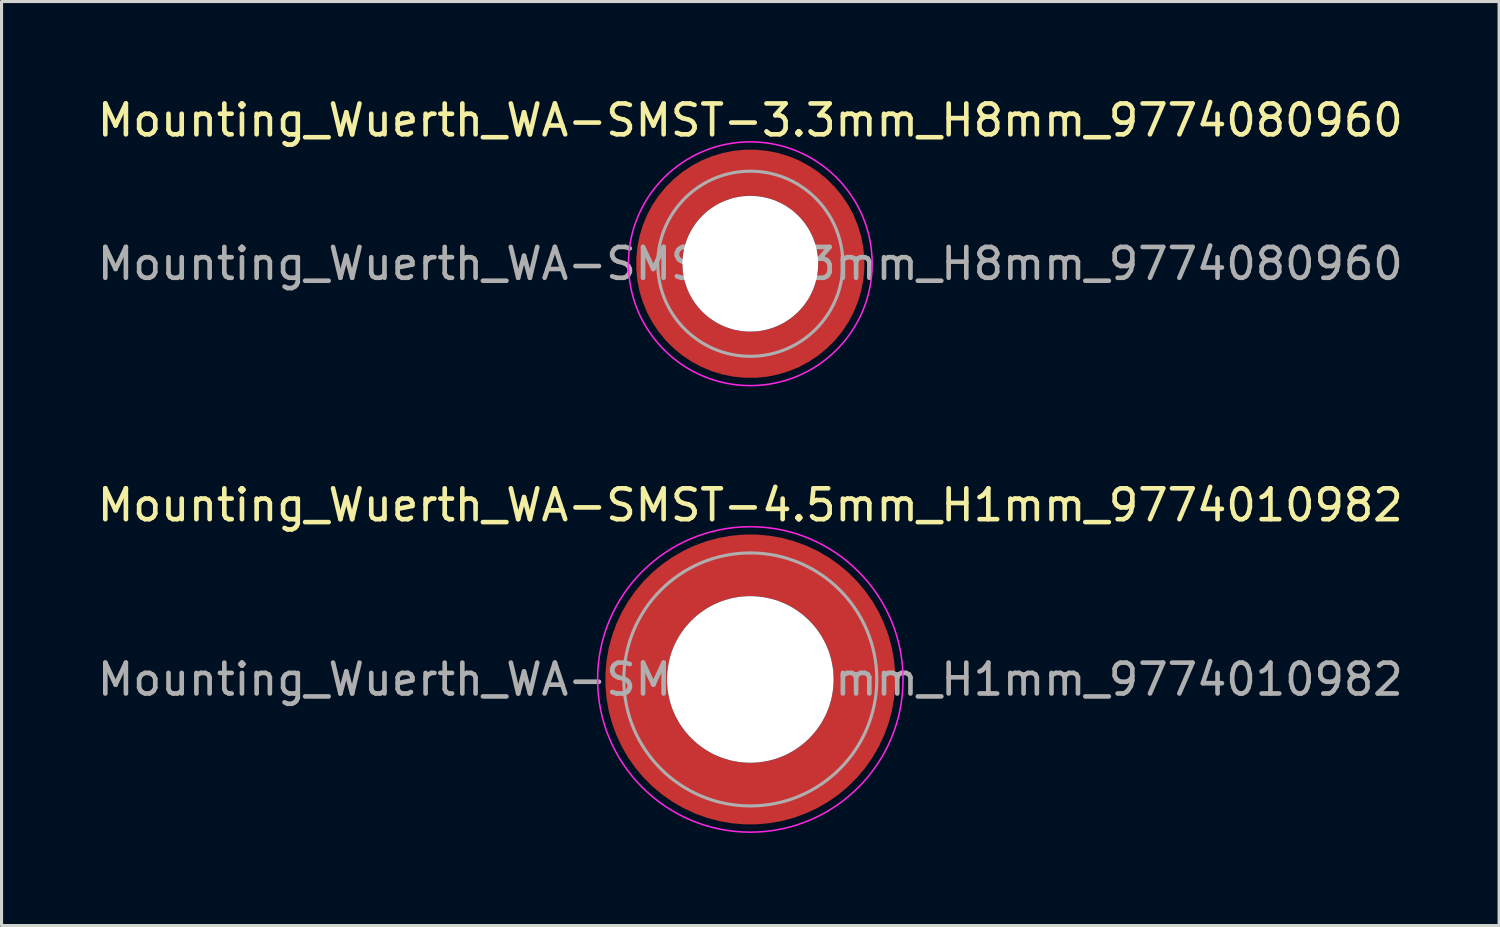
<source format=kicad_pcb>
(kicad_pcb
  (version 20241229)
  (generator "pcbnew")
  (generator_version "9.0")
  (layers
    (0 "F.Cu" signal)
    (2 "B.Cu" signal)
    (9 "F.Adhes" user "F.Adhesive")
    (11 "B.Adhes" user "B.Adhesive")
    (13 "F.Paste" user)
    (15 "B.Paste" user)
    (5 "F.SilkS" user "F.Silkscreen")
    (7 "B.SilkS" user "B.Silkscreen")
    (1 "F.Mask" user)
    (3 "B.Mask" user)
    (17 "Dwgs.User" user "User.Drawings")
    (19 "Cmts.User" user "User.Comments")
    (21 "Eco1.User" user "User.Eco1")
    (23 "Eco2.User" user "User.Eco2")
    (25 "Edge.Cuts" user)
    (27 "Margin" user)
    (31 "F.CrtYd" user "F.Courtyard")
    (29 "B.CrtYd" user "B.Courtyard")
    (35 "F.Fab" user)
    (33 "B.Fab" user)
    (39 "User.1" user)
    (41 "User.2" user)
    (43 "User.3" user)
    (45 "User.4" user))
  (footprint "Mounting_Wuerth_WA-SMST-3.3mm_H8mm_9774080960"
    (layer "F.Cu")
    (at 21.268 5.498)
    (property "Reference" "Mounting_Wuerth_WA-SMST-3.3mm_H8mm_9774080960" (at 0 -4.65 0) (layer "F.SilkS") (effects (font (size 1 1) (thickness 0.15))))
    (attr smd)
    (fp_circle (center 0 0) (end 3.95 0) (stroke (width 0.05) (type solid)) (fill no) (layer "F.CrtYd"))
    (fp_circle (center 0 0) (end 3 0) (stroke (width 0.1) (type solid)) (fill no) (layer "F.Fab"))
    (fp_text user "${REFERENCE}" (at 0 0 0) (layer "F.Fab") (effects (font (size 1 1) (thickness 0.15))))
    (pad "" smd custom (at -2.058 -2.058) (size 0.7 0.7) (layers "F.Paste") (options (anchor circle)) (primitives (gr_arc (start -0.377294 1.707681) (mid 0.317579 0.318817) (end 1.705947 -0.377044) (width 0.2)) (gr_arc (start -0.478281 1.707681) (mid 0.246161 0.248814) (end 1.703965 -0.477765) (width 0.2)) (gr_arc (start -0.579192 1.707681) (mid 0.175492 0.178063) (end 1.704077 -0.578711) (width 0.2)) (gr_arc (start -0.680037 1.707681) (mid 0.105568 0.106564) (end 1.706284 -0.679858) (width 0.2)) (gr_arc (start -0.780822 1.707681) (mid 0.034627 0.036085) (end 1.705634 -0.780569) (width 0.2)) (gr_arc (start -0.881554 1.707681) (mid -0.035694 -0.035016) (end 1.706729 -0.881441) (width 0.2)) (gr_arc (start -0.982237 1.707681) (mid -0.107281 -0.10485) (end 1.704266 -0.981842) (width 0.2)) (gr_arc (start -1.082877 1.707681) (mid -0.178372 -0.175181) (end 1.703197 -1.082374) (width 0.2)) (gr_arc (start -1.183476 1.707681) (mid -0.248964 -0.246008) (end 1.703525 -1.183025) (width 0.2)) (gr_arc (start -1.28404 1.707681) (mid -0.319062 -0.317333) (end 1.70525 -1.283784) (width 0.2)) (gr_line (start 1.708 -0.377) (end 1.708 -1.284) (width 0.2)) (gr_line (start -0.377 1.708) (end -1.284 1.708) (width 0.2))))
    (pad "" smd custom (at -2.058 2.058) (size 0.7 0.7) (layers "F.Paste") (options (anchor circle)) (primitives (gr_arc (start 1.707681 0.377294) (mid 0.318817 -0.317579) (end -0.377044 -1.705947) (width 0.2)) (gr_arc (start 1.707681 0.478281) (mid 0.248814 -0.246161) (end -0.477765 -1.703965) (width 0.2)) (gr_arc (start 1.707681 0.579192) (mid 0.178063 -0.175492) (end -0.578711 -1.704077) (width 0.2)) (gr_arc (start 1.707681 0.680037) (mid 0.106564 -0.105568) (end -0.679858 -1.706284) (width 0.2)) (gr_arc (start 1.707681 0.780822) (mid 0.036085 -0.034627) (end -0.780569 -1.705634) (width 0.2)) (gr_arc (start 1.707681 0.881554) (mid -0.035016 0.035694) (end -0.881441 -1.706729) (width 0.2)) (gr_arc (start 1.707681 0.982237) (mid -0.10485 0.107281) (end -0.981842 -1.704266) (width 0.2)) (gr_arc (start 1.707681 1.082877) (mid -0.175181 0.178372) (end -1.082374 -1.703197) (width 0.2)) (gr_arc (start 1.707681 1.183476) (mid -0.246008 0.248964) (end -1.183025 -1.703525) (width 0.2)) (gr_arc (start 1.707681 1.28404) (mid -0.317333 0.319062) (end -1.283784 -1.70525) (width 0.2)) (gr_line (start -0.377 -1.708) (end -1.284 -1.708) (width 0.2)) (gr_line (start 1.708 0.377) (end 1.708 1.284) (width 0.2))))
    (pad "" np_thru_hole circle (at 0 0) (size 4.4 4.4) (drill 4.4) (layers "*.Cu" "*.Mask"))
    (pad "" smd custom (at 2.058 -2.058) (size 0.7 0.7) (layers "F.Paste") (options (anchor circle)) (primitives (gr_arc (start -1.707681 -0.377294) (mid -0.318817 0.317579) (end 0.377044 1.705947) (width 0.2)) (gr_arc (start -1.707681 -0.478281) (mid -0.248814 0.246161) (end 0.477765 1.703965) (width 0.2)) (gr_arc (start -1.707681 -0.579192) (mid -0.178063 0.175492) (end 0.578711 1.704077) (width 0.2)) (gr_arc (start -1.707681 -0.680037) (mid -0.106564 0.105568) (end 0.679858 1.706284) (width 0.2)) (gr_arc (start -1.707681 -0.780822) (mid -0.036085 0.034627) (end 0.780569 1.705634) (width 0.2)) (gr_arc (start -1.707681 -0.881554) (mid 0.035016 -0.035694) (end 0.881441 1.706729) (width 0.2)) (gr_arc (start -1.707681 -0.982237) (mid 0.10485 -0.107281) (end 0.981842 1.704266) (width 0.2)) (gr_arc (start -1.707681 -1.082877) (mid 0.175181 -0.178372) (end 1.082374 1.703197) (width 0.2)) (gr_arc (start -1.707681 -1.183476) (mid 0.246008 -0.248964) (end 1.183025 1.703525) (width 0.2)) (gr_arc (start -1.707681 -1.28404) (mid 0.317333 -0.319062) (end 1.283784 1.70525) (width 0.2)) (gr_line (start 0.377 1.708) (end 1.284 1.708) (width 0.2)) (gr_line (start -1.708 -0.377) (end -1.708 -1.284) (width 0.2))))
    (pad "" smd custom (at 2.058 2.058) (size 0.7 0.7) (layers "F.Paste") (options (anchor circle)) (primitives (gr_arc (start 0.377294 -1.707681) (mid -0.317579 -0.318817) (end -1.705947 0.377044) (width 0.2)) (gr_arc (start 0.478281 -1.707681) (mid -0.246161 -0.248814) (end -1.703965 0.477765) (width 0.2)) (gr_arc (start 0.579192 -1.707681) (mid -0.175492 -0.178063) (end -1.704077 0.578711) (width 0.2)) (gr_arc (start 0.680037 -1.707681) (mid -0.105568 -0.106564) (end -1.706284 0.679858) (width 0.2)) (gr_arc (start 0.780822 -1.707681) (mid -0.034627 -0.036085) (end -1.705634 0.780569) (width 0.2)) (gr_arc (start 0.881554 -1.707681) (mid 0.035694 0.035016) (end -1.706729 0.881441) (width 0.2)) (gr_arc (start 0.982237 -1.707681) (mid 0.107281 0.10485) (end -1.704266 0.981842) (width 0.2)) (gr_arc (start 1.082877 -1.707681) (mid 0.178372 0.175181) (end -1.703197 1.082374) (width 0.2)) (gr_arc (start 1.183476 -1.707681) (mid 0.248964 0.246008) (end -1.703525 1.183025) (width 0.2)) (gr_arc (start 1.28404 -1.707681) (mid 0.319062 0.317333) (end -1.70525 1.283784) (width 0.2)) (gr_line (start -1.708 0.377) (end -1.708 1.284) (width 0.2)) (gr_line (start 0.377 -1.708) (end 1.284 -1.708) (width 0.2))))
    (pad "1" smd circle (at -2.95 0) (size 1.1 1.1) (layers "F.Cu"))
    (pad "1" smd circle (at 0 -2.95) (size 1.1 1.1) (layers "F.Cu"))
    (pad "1" smd circle (at 0 2.95) (size 1.1 1.1) (layers "F.Cu"))
    (pad "1" smd custom (at 2.95 0) (size 1.1 1.1) (layers "F.Cu" "F.Mask") (options (anchor circle)) (primitives (gr_circle (center -2.95 0) (end 0 0) (width 1.5) (fill no)))))
  (footprint "Mounting_Wuerth_WA-SMST-4.5mm_H1mm_9774010982"
    (layer "F.Cu")
    (at 21.268 18.971)
    (property "Reference" "Mounting_Wuerth_WA-SMST-4.5mm_H1mm_9774010982" (at 0 -5.65 0) (layer "F.SilkS") (effects (font (size 1 1) (thickness 0.15))))
    (attr smd)
    (fp_circle (center 0 0) (end 4.95 0) (stroke (width 0.05) (type solid)) (fill no) (layer "F.CrtYd"))
    (fp_circle (center 0 0) (end 4.1 0) (stroke (width 0.1) (type solid)) (fill no) (layer "F.Fab"))
    (fp_text user "${REFERENCE}" (at 0 0 0) (layer "F.Fab") (effects (font (size 1 1) (thickness 0.15))))
    (pad "" smd custom (at -2.607 -2.607) (size 1.495 1.495) (layers "F.Paste") (options (anchor circle)) (primitives (gr_arc (start -0.188183 2.107456) (mid 0.598928 0.599619) (end 2.106494 -0.188011) (width 0.2)) (gr_arc (start -0.289416 2.107456) (mid 0.528508 0.529033) (end 2.106724 -0.28929) (width 0.2)) (gr_arc (start -0.390547 2.107456) (mid 0.457087 0.459449) (end 2.104161 -0.389996) (width 0.2)) (gr_arc (start -0.491585 2.107456) (mid 0.386415 0.389116) (end 2.103685 -0.490974) (width 0.2)) (gr_arc (start -0.59254 2.107456) (mid 0.31649 0.318035) (end 2.105297 -0.592202) (width 0.2)) (gr_arc (start -0.693419 2.107456) (mid 0.245252 0.248268) (end 2.103239 -0.692777) (width 0.2)) (gr_arc (start -0.794229 2.107456) (mid 0.174636 0.177878) (end 2.102921 -0.793559) (width 0.2)) (gr_arc (start -0.894975 2.107456) (mid 0.104643 0.106866) (end 2.104343 -0.894529) (width 0.2)) (gr_arc (start -0.995664 2.107456) (mid 0.033026 0.037479) (end 2.101219 -0.994793) (width 0.2)) (gr_arc (start -1.0963 2.107456) (mid -0.035789 -0.034714) (end 2.105949 -1.096096) (width 0.2)) (gr_arc (start -1.196886 2.107456) (mid -0.106351 -0.105157) (end 2.105783 -1.196666) (width 0.2)) (gr_arc (start -1.297427 2.107456) (mid -0.176416 -0.176097) (end 2.107009 -1.29737) (width 0.2)) (gr_arc (start -1.397927 2.107456) (mid -0.248476 -0.245042) (end 2.102638 -1.397323) (width 0.2)) (gr_arc (start -1.498388 2.107456) (mid -0.317612 -0.316913) (end 2.106475 -1.498268) (width 0.2)) (gr_arc (start -1.598813 2.107456) (mid -0.388865 -0.386665) (end 2.104366 -1.598444) (width 0.2)) (gr_arc (start -1.699204 2.107456) (mid -0.459747 -0.456787) (end 2.103299 -1.698719) (width 0.2)) (gr_arc (start -1.799565 2.107456) (mid -0.530257 -0.527283) (end 2.103277 -1.799089) (width 0.2)) (gr_arc (start -1.899896 2.107456) (mid -0.600396 -0.59815) (end 2.104299 -1.899545) (width 0.2)) (gr_arc (start -1.899896 2.107456) (mid -0.600396 -0.59815) (end 2.104299 -1.899545) (width 0.2)) (gr_line (start 2.107 -0.188) (end 2.107 -1.9) (width 0.2)) (gr_line (start -0.188 2.107) (end -1.9 2.107) (width 0.2))))
    (pad "" smd custom (at -2.607 2.607) (size 1.495 1.495) (layers "F.Paste") (options (anchor circle)) (primitives (gr_arc (start 2.107456 0.188183) (mid 0.599619 -0.598928) (end -0.188011 -2.106494) (width 0.2)) (gr_arc (start 2.107456 0.289416) (mid 0.529033 -0.528508) (end -0.28929 -2.106724) (width 0.2)) (gr_arc (start 2.107456 0.390547) (mid 0.459449 -0.457087) (end -0.389996 -2.104161) (width 0.2)) (gr_arc (start 2.107456 0.491585) (mid 0.389116 -0.386415) (end -0.490974 -2.103685) (width 0.2)) (gr_arc (start 2.107456 0.59254) (mid 0.318035 -0.31649) (end -0.592202 -2.105297) (width 0.2)) (gr_arc (start 2.107456 0.693419) (mid 0.248268 -0.245252) (end -0.692777 -2.103239) (width 0.2)) (gr_arc (start 2.107456 0.794229) (mid 0.177878 -0.174636) (end -0.793559 -2.102921) (width 0.2)) (gr_arc (start 2.107456 0.894975) (mid 0.106866 -0.104643) (end -0.894529 -2.104343) (width 0.2)) (gr_arc (start 2.107456 0.995664) (mid 0.037479 -0.033026) (end -0.994793 -2.101219) (width 0.2)) (gr_arc (start 2.107456 1.0963) (mid -0.034714 0.035789) (end -1.096096 -2.105949) (width 0.2)) (gr_arc (start 2.107456 1.196886) (mid -0.105157 0.106351) (end -1.196666 -2.105783) (width 0.2)) (gr_arc (start 2.107456 1.297427) (mid -0.176097 0.176416) (end -1.29737 -2.107009) (width 0.2)) (gr_arc (start 2.107456 1.397927) (mid -0.245042 0.248476) (end -1.397323 -2.102638) (width 0.2)) (gr_arc (start 2.107456 1.498388) (mid -0.316913 0.317612) (end -1.498268 -2.106475) (width 0.2)) (gr_arc (start 2.107456 1.598813) (mid -0.386665 0.388865) (end -1.598444 -2.104366) (width 0.2)) (gr_arc (start 2.107456 1.699204) (mid -0.456787 0.459747) (end -1.698719 -2.103299) (width 0.2)) (gr_arc (start 2.107456 1.799565) (mid -0.527283 0.530257) (end -1.799089 -2.103277) (width 0.2)) (gr_arc (start 2.107456 1.899896) (mid -0.59815 0.600396) (end -1.899545 -2.104299) (width 0.2)) (gr_arc (start 2.107456 1.899896) (mid -0.59815 0.600396) (end -1.899545 -2.104299) (width 0.2)) (gr_line (start -0.188 -2.107) (end -1.9 -2.107) (width 0.2)) (gr_line (start 2.107 0.188) (end 2.107 1.9) (width 0.2))))
    (pad "" np_thru_hole circle (at 0 0) (size 5.4 5.4) (drill 5.4) (layers "*.Cu" "*.Mask"))
    (pad "" smd custom (at 2.607 -2.607) (size 1.495 1.495) (layers "F.Paste") (options (anchor circle)) (primitives (gr_arc (start -2.107456 -0.188183) (mid -0.599619 0.598928) (end 0.188011 2.106494) (width 0.2)) (gr_arc (start -2.107456 -0.289416) (mid -0.529033 0.528508) (end 0.28929 2.106724) (width 0.2)) (gr_arc (start -2.107456 -0.390547) (mid -0.459449 0.457087) (end 0.389996 2.104161) (width 0.2)) (gr_arc (start -2.107456 -0.491585) (mid -0.389116 0.386415) (end 0.490974 2.103685) (width 0.2)) (gr_arc (start -2.107456 -0.59254) (mid -0.318035 0.31649) (end 0.592202 2.105297) (width 0.2)) (gr_arc (start -2.107456 -0.693419) (mid -0.248268 0.245252) (end 0.692777 2.103239) (width 0.2)) (gr_arc (start -2.107456 -0.794229) (mid -0.177878 0.174636) (end 0.793559 2.102921) (width 0.2)) (gr_arc (start -2.107456 -0.894975) (mid -0.106866 0.104643) (end 0.894529 2.104343) (width 0.2)) (gr_arc (start -2.107456 -0.995664) (mid -0.037479 0.033026) (end 0.994793 2.101219) (width 0.2)) (gr_arc (start -2.107456 -1.0963) (mid 0.034714 -0.035789) (end 1.096096 2.105949) (width 0.2)) (gr_arc (start -2.107456 -1.196886) (mid 0.105157 -0.106351) (end 1.196666 2.105783) (width 0.2)) (gr_arc (start -2.107456 -1.297427) (mid 0.176097 -0.176416) (end 1.29737 2.107009) (width 0.2)) (gr_arc (start -2.107456 -1.397927) (mid 0.245042 -0.248476) (end 1.397323 2.102638) (width 0.2)) (gr_arc (start -2.107456 -1.498388) (mid 0.316913 -0.317612) (end 1.498268 2.106475) (width 0.2)) (gr_arc (start -2.107456 -1.598813) (mid 0.386665 -0.388865) (end 1.598444 2.104366) (width 0.2)) (gr_arc (start -2.107456 -1.699204) (mid 0.456787 -0.459747) (end 1.698719 2.103299) (width 0.2)) (gr_arc (start -2.107456 -1.799565) (mid 0.527283 -0.530257) (end 1.799089 2.103277) (width 0.2)) (gr_arc (start -2.107456 -1.899896) (mid 0.59815 -0.600396) (end 1.899545 2.104299) (width 0.2)) (gr_arc (start -2.107456 -1.899896) (mid 0.59815 -0.600396) (end 1.899545 2.104299) (width 0.2)) (gr_line (start 0.188 2.107) (end 1.9 2.107) (width 0.2)) (gr_line (start -2.107 -0.188) (end -2.107 -1.9) (width 0.2))))
    (pad "" smd custom (at 2.607 2.607) (size 1.495 1.495) (layers "F.Paste") (options (anchor circle)) (primitives (gr_arc (start 0.188183 -2.107456) (mid -0.598928 -0.599619) (end -2.106494 0.188011) (width 0.2)) (gr_arc (start 0.289416 -2.107456) (mid -0.528508 -0.529033) (end -2.106724 0.28929) (width 0.2)) (gr_arc (start 0.390547 -2.107456) (mid -0.457087 -0.459449) (end -2.104161 0.389996) (width 0.2)) (gr_arc (start 0.491585 -2.107456) (mid -0.386415 -0.389116) (end -2.103685 0.490974) (width 0.2)) (gr_arc (start 0.59254 -2.107456) (mid -0.31649 -0.318035) (end -2.105297 0.592202) (width 0.2)) (gr_arc (start 0.693419 -2.107456) (mid -0.245252 -0.248268) (end -2.103239 0.692777) (width 0.2)) (gr_arc (start 0.794229 -2.107456) (mid -0.174636 -0.177878) (end -2.102921 0.793559) (width 0.2)) (gr_arc (start 0.894975 -2.107456) (mid -0.104643 -0.106866) (end -2.104343 0.894529) (width 0.2)) (gr_arc (start 0.995664 -2.107456) (mid -0.033026 -0.037479) (end -2.101219 0.994793) (width 0.2)) (gr_arc (start 1.0963 -2.107456) (mid 0.035789 0.034714) (end -2.105949 1.096096) (width 0.2)) (gr_arc (start 1.196886 -2.107456) (mid 0.106351 0.105157) (end -2.105783 1.196666) (width 0.2)) (gr_arc (start 1.297427 -2.107456) (mid 0.176416 0.176097) (end -2.107009 1.29737) (width 0.2)) (gr_arc (start 1.397927 -2.107456) (mid 0.248476 0.245042) (end -2.102638 1.397323) (width 0.2)) (gr_arc (start 1.498388 -2.107456) (mid 0.317612 0.316913) (end -2.106475 1.498268) (width 0.2)) (gr_arc (start 1.598813 -2.107456) (mid 0.388865 0.386665) (end -2.104366 1.598444) (width 0.2)) (gr_arc (start 1.699204 -2.107456) (mid 0.459747 0.456787) (end -2.103299 1.698719) (width 0.2)) (gr_arc (start 1.799565 -2.107456) (mid 0.530257 0.527283) (end -2.103277 1.799089) (width 0.2)) (gr_arc (start 1.899896 -2.107456) (mid 0.600396 0.59815) (end -2.104299 1.899545) (width 0.2)) (gr_arc (start 1.899896 -2.107456) (mid 0.600396 0.59815) (end -2.104299 1.899545) (width 0.2)) (gr_line (start -2.107 0.188) (end -2.107 1.9) (width 0.2)) (gr_line (start 0.188 -2.107) (end 1.9 -2.107) (width 0.2))))
    (pad "1" smd circle (at -3.7 0) (size 1.6 1.6) (layers "F.Cu"))
    (pad "1" smd circle (at 0 -3.7) (size 1.6 1.6) (layers "F.Cu"))
    (pad "1" smd circle (at 0 3.7) (size 1.6 1.6) (layers "F.Cu"))
    (pad "1" smd custom (at 3.7 0) (size 1.6 1.6) (layers "F.Cu" "F.Mask") (options (anchor circle)) (primitives (gr_circle (center -3.7 0) (end 0 0) (width 2) (fill no)))))
  (gr_rect
    (start -3 -3)
    (end 45.536 26.947)
    (stroke (width 0.1) (type default))
    (fill no)
    (layer "Edge.Cuts")))
</source>
